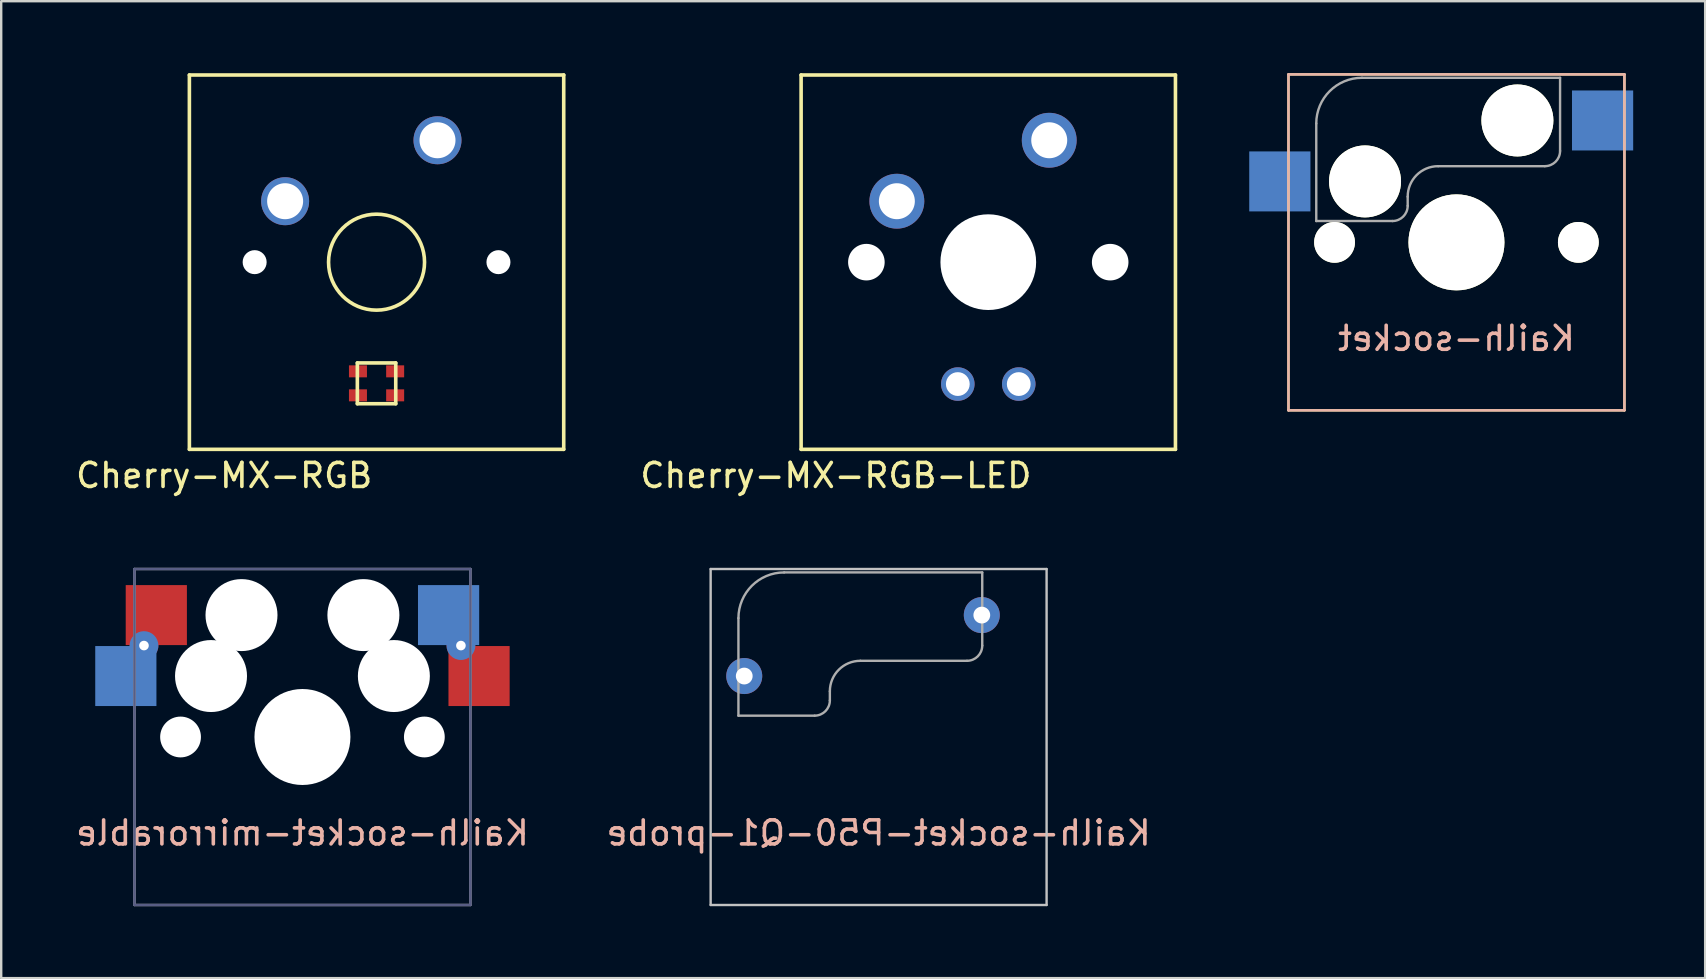
<source format=kicad_pcb>
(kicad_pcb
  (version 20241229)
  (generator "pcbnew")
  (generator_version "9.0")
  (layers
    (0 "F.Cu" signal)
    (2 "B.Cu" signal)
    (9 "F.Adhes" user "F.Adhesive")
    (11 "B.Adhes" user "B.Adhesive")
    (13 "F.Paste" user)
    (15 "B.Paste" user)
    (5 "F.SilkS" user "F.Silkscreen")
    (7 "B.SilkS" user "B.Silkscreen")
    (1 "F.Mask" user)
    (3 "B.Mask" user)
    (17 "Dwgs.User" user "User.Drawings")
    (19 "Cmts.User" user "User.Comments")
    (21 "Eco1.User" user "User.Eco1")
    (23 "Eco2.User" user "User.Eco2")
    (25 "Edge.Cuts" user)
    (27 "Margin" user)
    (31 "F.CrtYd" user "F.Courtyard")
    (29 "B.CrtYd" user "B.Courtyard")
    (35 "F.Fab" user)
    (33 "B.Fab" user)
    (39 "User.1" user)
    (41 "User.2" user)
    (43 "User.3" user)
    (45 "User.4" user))
  (footprint "Cherry-MX-RGB"
    (layer "F.Cu")
    (at 12.642 7.875)
    (property "Reference" "Cherry-MX-RGB" (at -6.35 8.89 0) (layer "F.SilkS") (effects (font (size 1 1) (thickness 0.15))))
    (attr through_hole)
    (fp_line (start -7.8 -7.8) (end -7.8 7.8) (stroke (width 0.15) (type solid)) (layer "F.SilkS"))
    (fp_line (start -7.8 -7.8) (end 7.8 -7.8) (stroke (width 0.15) (type solid)) (layer "F.SilkS"))
    (fp_line (start -7.8 7.8) (end 7.8 7.8) (stroke (width 0.15) (type solid)) (layer "F.SilkS"))
    (fp_line (start -0.8 4.2) (end -0.8 5.9) (stroke (width 0.15) (type solid)) (layer "F.SilkS"))
    (fp_line (start -0.8 4.2) (end 0.8 4.2) (stroke (width 0.15) (type solid)) (layer "F.SilkS"))
    (fp_line (start -0.8 5.9) (end 0.8 5.9) (stroke (width 0.15) (type solid)) (layer "F.SilkS"))
    (fp_line (start 0.8 4.2) (end 0.8 5.9) (stroke (width 0.15) (type solid)) (layer "F.SilkS"))
    (fp_line (start 7.8 -7.8) (end 7.8 7.8) (stroke (width 0.15) (type solid)) (layer "F.SilkS"))
    (fp_circle (center 0 0) (end 2 0) (stroke (width 0.15) (type solid)) (fill no) (layer "F.SilkS"))
    (pad "" np_thru_hole circle (at -5.08 0) (size 1 1) (drill 1) (layers "*.Cu" "*.Mask"))
    (pad "" np_thru_hole circle (at 5.08 0) (size 1 1) (drill 1) (layers "*.Cu" "*.Mask"))
    (pad "1" thru_hole circle (at -3.81 -2.54) (size 2 2) (drill 1.5) (layers "*.Cu" "*.Mask"))
    (pad "2" thru_hole circle (at 2.54 -5.08) (size 2 2) (drill 1.5) (layers "*.Cu" "*.Mask"))
    (pad "3" smd rect (at -0.775 4.55) (size 0.75 0.5) (layers "F.Cu" "F.Mask" "F.Paste"))
    (pad "4" smd rect (at 0.775 4.55) (size 0.75 0.5) (layers "F.Cu" "F.Mask" "F.Paste"))
    (pad "5" smd rect (at -0.775 5.55) (size 0.75 0.5) (layers "F.Cu" "F.Mask" "F.Paste"))
    (pad "6" smd rect (at 0.775 5.55) (size 0.75 0.5) (layers "F.Cu" "F.Mask" "F.Paste")))
  (footprint "Kailh-socket-mirrorable"
    (layer "F.Cu")
    (at 9.554 27.663)
    (property "Reference" "Kailh-socket-mirrorable" (at 0 4 0) (layer "B.SilkS") (effects (font (size 1 1) (thickness 0.15)) (justify mirror)))
    (attr through_hole)
    (fp_line (start -7 -7) (end -7 7) (stroke (width 0.1) (type solid)) (layer "B.Fab"))
    (fp_line (start 7 -7) (end -7 -7) (stroke (width 0.1) (type solid)) (layer "B.Fab"))
    (fp_line (start 7 -7) (end 7 7) (stroke (width 0.1) (type solid)) (layer "B.Fab"))
    (fp_line (start 7 7) (end -7 7) (stroke (width 0.1) (type solid)) (layer "B.Fab"))
    (fp_line (start -7 -7) (end -7 7) (stroke (width 0.1) (type solid)) (layer "F.Fab"))
    (fp_line (start -7 7) (end 7 7) (stroke (width 0.1) (type solid)) (layer "F.Fab"))
    (fp_line (start 7 -7) (end -7 -7) (stroke (width 0.1) (type solid)) (layer "F.Fab"))
    (fp_line (start 7 7) (end 7 -7) (stroke (width 0.1) (type solid)) (layer "F.Fab"))
    (pad "" np_thru_hole circle (at -5.08 0 180) (size 1.7 1.7) (drill 1.7) (layers "*.Cu" "*.Mask"))
    (pad "" np_thru_hole circle (at -3.81 -2.54) (size 3 3) (drill 3) (layers "*.Cu" "*.Mask"))
    (pad "" np_thru_hole circle (at -2.54 -5.08 180) (size 3 3) (drill 3) (layers "*.Cu" "*.Mask"))
    (pad "" np_thru_hole circle (at 0 0) (size 4 4) (drill 4) (layers "*.Cu" "*.Mask"))
    (pad "" np_thru_hole circle (at 2.54 -5.08) (size 3 3) (drill 3) (layers "*.Cu" "*.Mask"))
    (pad "" np_thru_hole circle (at 3.81 -2.54 180) (size 3 3) (drill 3) (layers "*.Cu" "*.Mask"))
    (pad "" np_thru_hole circle (at 5.08 0) (size 1.7 1.7) (drill 1.7) (layers "*.Cu" "*.Mask"))
    (pad "1" smd rect (at -7.36 -2.54) (size 2.55 2.5) (layers "B.Cu" "B.Mask" "B.Paste"))
    (pad "1" thru_hole circle (at -6.604 -3.81 180) (size 1.2 1.2) (drill 0.4) (layers "*.Cu"))
    (pad "1" smd rect (at -6.09 -5.08 180) (size 2.55 2.5) (layers "F.Cu" "F.Mask" "F.Paste"))
    (pad "2" smd rect (at 6.09 -5.08) (size 2.55 2.5) (layers "B.Cu" "B.Mask" "B.Paste"))
    (pad "2" thru_hole circle (at 6.604 -3.81 180) (size 1.2 1.2) (drill 0.4) (layers "*.Cu"))
    (pad "2" smd rect (at 7.36 -2.54 180) (size 2.55 2.5) (layers "F.Cu" "F.Mask" "F.Paste")))
  (footprint "Cherry-MX-RGB-LED"
    (layer "F.Cu")
    (at 38.135 7.875)
    (property "Reference" "Cherry-MX-RGB-LED" (at -6.35 8.89 0) (layer "F.SilkS") (effects (font (size 1 1) (thickness 0.15))))
    (attr through_hole)
    (fp_line (start -7.8 -7.8) (end -7.8 7.8) (stroke (width 0.15) (type solid)) (layer "F.SilkS"))
    (fp_line (start -7.8 -7.8) (end 7.8 -7.8) (stroke (width 0.15) (type solid)) (layer "F.SilkS"))
    (fp_line (start -7.8 7.8) (end 7.8 7.8) (stroke (width 0.15) (type solid)) (layer "F.SilkS"))
    (fp_line (start 7.8 -7.8) (end 7.8 7.8) (stroke (width 0.15) (type solid)) (layer "F.SilkS"))
    (pad "" np_thru_hole circle (at -5.08 0) (size 1.524 1.524) (drill 1.524) (layers "*.Cu" "*.Mask"))
    (pad "" np_thru_hole circle (at 0 0) (size 3.988 3.988) (drill 3.988) (layers "*.Cu" "*.Mask"))
    (pad "" np_thru_hole circle (at 5.08 0) (size 1.524 1.524) (drill 1.524) (layers "*.Cu" "*.Mask"))
    (pad "1" thru_hole circle (at -3.81 -2.54) (size 2.286 2.286) (drill 1.499) (layers "*.Cu" "*.Mask"))
    (pad "2" thru_hole circle (at 2.54 -5.08) (size 2.286 2.286) (drill 1.499) (layers "*.Cu" "*.Mask"))
    (pad "3" thru_hole circle (at -1.27 5.08) (size 1.397 1.397) (drill 0.991) (layers "*.Cu" "*.Mask"))
    (pad "4" thru_hole circle (at 1.27 5.08) (size 1.397 1.397) (drill 0.991) (layers "*.Cu" "*.Mask")))
  (footprint "Kailh-socket"
    (layer "F.Cu")
    (at 57.645 7.05)
    (property "Reference" "Kailh-socket" (at 0 4 0) (layer "B.SilkS") (effects (font (size 1 1) (thickness 0.15)) (justify mirror)))
    (attr through_hole)
    (fp_line (start -7 -7) (end 7 -7) (stroke (width 0.1) (type solid)) (layer "F.SilkS"))
    (fp_line (start -7 7) (end -7 -7) (stroke (width 0.1) (type solid)) (layer "F.SilkS"))
    (fp_line (start 7 -7) (end 7 7) (stroke (width 0.1) (type solid)) (layer "F.SilkS"))
    (fp_line (start 7 7) (end -7 7) (stroke (width 0.1) (type solid)) (layer "F.SilkS"))
    (fp_line (start -7 -7) (end 7 -7) (stroke (width 0.1) (type solid)) (layer "B.SilkS"))
    (fp_line (start -7 7) (end -7 -7) (stroke (width 0.1) (type solid)) (layer "B.SilkS"))
    (fp_line (start 7 -7) (end 7 7) (stroke (width 0.1) (type solid)) (layer "B.SilkS"))
    (fp_line (start 7 7) (end -7 7) (stroke (width 0.1) (type solid)) (layer "B.SilkS"))
    (fp_line (start -5.842 -0.889) (end -5.842 -4.953) (stroke (width 0.1) (type solid)) (layer "F.Fab"))
    (fp_line (start -5.842 -0.889) (end -2.667 -0.889) (stroke (width 0.1) (type solid)) (layer "F.Fab"))
    (fp_line (start -3.937 -6.858) (end 4.318 -6.858) (stroke (width 0.1) (type solid)) (layer "F.Fab"))
    (fp_line (start -2.032 -1.905) (end -2.032 -1.524) (stroke (width 0.1) (type solid)) (layer "F.Fab"))
    (fp_line (start 3.683 -3.175) (end -0.762 -3.175) (stroke (width 0.1) (type solid)) (layer "F.Fab"))
    (fp_line (start 4.318 -6.858) (end 4.318 -3.81) (stroke (width 0.1) (type solid)) (layer "F.Fab"))
    (fp_arc (start -5.842 -4.953) (mid -5.284038 -6.300038) (end -3.937 -6.858) (stroke (width 0.1) (type solid)) (layer "F.Fab"))
    (fp_arc (start -2.032 -1.905) (mid -1.660026 -2.803026) (end -0.762 -3.175) (stroke (width 0.1) (type solid)) (layer "F.Fab"))
    (fp_arc (start -2.032 -1.524) (mid -2.217987 -1.074987) (end -2.667 -0.889) (stroke (width 0.1) (type solid)) (layer "F.Fab"))
    (fp_arc (start 4.318 -3.81) (mid 4.132013 -3.360987) (end 3.683 -3.175) (stroke (width 0.1) (type solid)) (layer "F.Fab"))
    (pad "" np_thru_hole circle (at -5.08 0) (size 1.7 1.7) (drill 1.7) (layers "*.Cu" "*.Mask" "F.SilkS"))
    (pad "" np_thru_hole circle (at -3.81 -2.54) (size 3 3) (drill 3) (layers "*.Cu" "*.Mask" "F.SilkS"))
    (pad "" np_thru_hole circle (at 0 0) (size 4 4) (drill 4) (layers "*.Cu" "*.Mask" "F.SilkS"))
    (pad "" np_thru_hole circle (at 2.54 -5.08) (size 3 3) (drill 3) (layers "*.Cu" "*.Mask" "F.SilkS"))
    (pad "" np_thru_hole circle (at 5.08 0) (size 1.7 1.7) (drill 1.7) (layers "*.Cu" "*.Mask" "F.SilkS"))
    (pad "1" smd rect (at -7.36 -2.54) (size 2.55 2.5) (layers "B.Cu" "B.Mask" "B.Paste"))
    (pad "2" smd rect (at 6.09 -5.08) (size 2.55 2.5) (layers "B.Cu" "B.Mask" "B.Paste")))
  (footprint "Kailh-socket-P50-Q1-probe"
    (layer "F.Cu")
    (at 33.565 27.663)
    (property "Reference" "Kailh-socket-P50-Q1-probe" (at 0 4 180) (layer "B.SilkS") (effects (font (size 1 1) (thickness 0.15)) (justify mirror)))
    (attr through_hole)
    (fp_line (start -7 -7) (end 7 -7) (stroke (width 0.1) (type solid)) (layer "Dwgs.User"))
    (fp_line (start -7 7) (end -7 -7) (stroke (width 0.1) (type solid)) (layer "Dwgs.User"))
    (fp_line (start 7 -7) (end 7 7) (stroke (width 0.1) (type solid)) (layer "Dwgs.User"))
    (fp_line (start 7 7) (end -7 7) (stroke (width 0.1) (type solid)) (layer "Dwgs.User"))
    (fp_line (start -5.842 -0.889) (end -5.842 -4.953) (stroke (width 0.1) (type solid)) (layer "F.Fab"))
    (fp_line (start -5.842 -0.889) (end -2.667 -0.889) (stroke (width 0.1) (type solid)) (layer "F.Fab"))
    (fp_line (start -3.937 -6.858) (end 4.318 -6.858) (stroke (width 0.1) (type solid)) (layer "F.Fab"))
    (fp_line (start -2.032 -1.905) (end -2.032 -1.524) (stroke (width 0.1) (type solid)) (layer "F.Fab"))
    (fp_line (start 3.683 -3.175) (end -0.762 -3.175) (stroke (width 0.1) (type solid)) (layer "F.Fab"))
    (fp_line (start 4.318 -6.858) (end 4.318 -3.81) (stroke (width 0.1) (type solid)) (layer "F.Fab"))
    (fp_arc (start -5.842 -4.953) (mid -5.284038 -6.300038) (end -3.937 -6.858) (stroke (width 0.1) (type solid)) (layer "F.Fab"))
    (fp_arc (start -2.032 -1.905) (mid -1.660026 -2.803026) (end -0.762 -3.175) (stroke (width 0.1) (type solid)) (layer "F.Fab"))
    (fp_arc (start -2.032 -1.524) (mid -2.217987 -1.074987) (end -2.667 -0.889) (stroke (width 0.1) (type solid)) (layer "F.Fab"))
    (fp_arc (start 4.318 -3.81) (mid 4.132013 -3.360987) (end 3.683 -3.175) (stroke (width 0.1) (type solid)) (layer "F.Fab"))
    (pad "1" thru_hole circle (at -5.6 -2.54) (size 1.5 1.5) (drill 0.7) (layers "*.Cu" "*.Mask"))
    (pad "2" thru_hole circle (at 4.3 -5.08) (size 1.5 1.5) (drill 0.7) (layers "*.Cu" "*.Mask")))
  (gr_rect
    (start -3 -3)
    (end 68.01 37.713)
    (stroke (width 0.1) (type default))
    (fill no)
    (layer "Edge.Cuts")))
</source>
